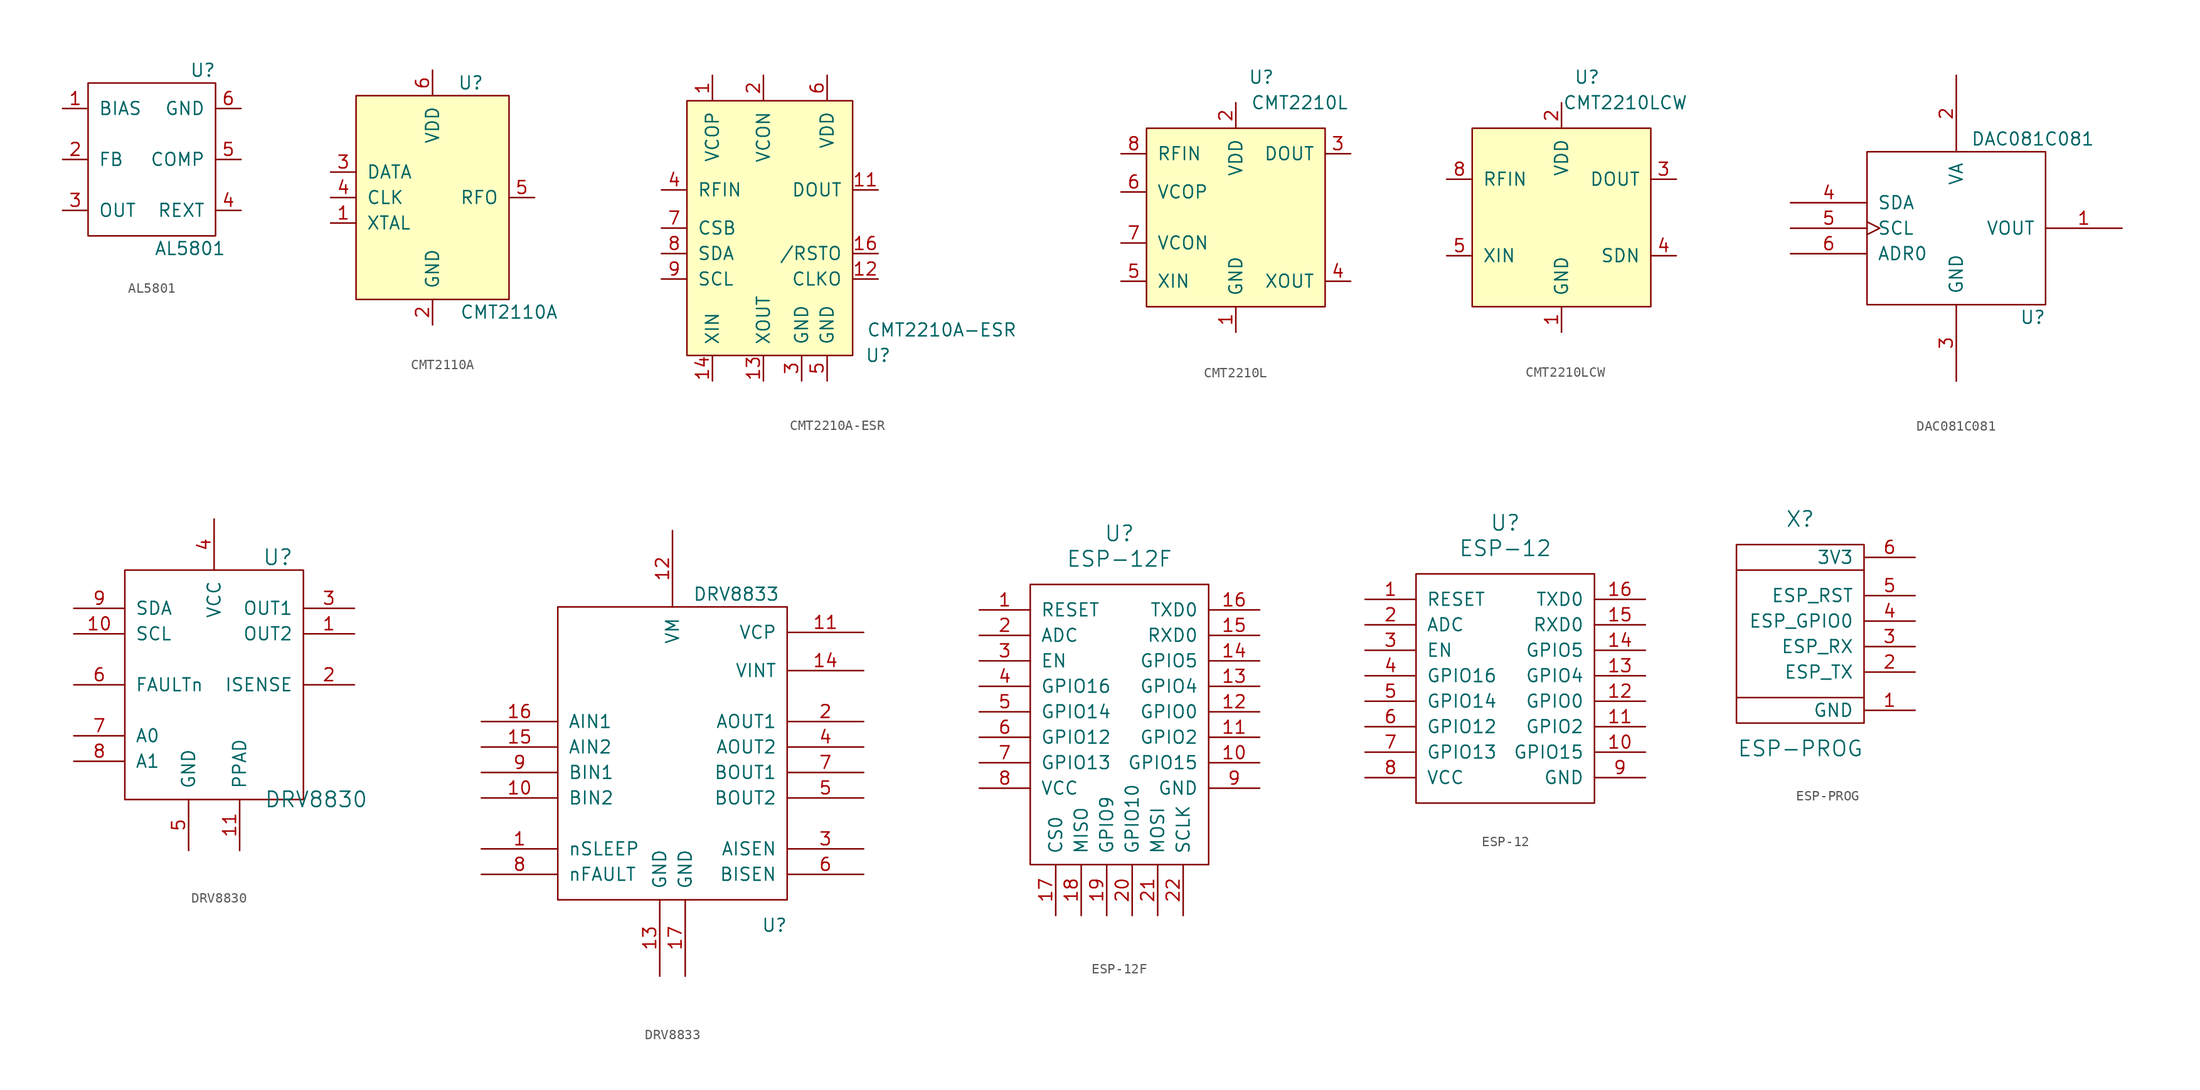
<source format=kicad_sym>
(kicad_symbol_lib
  (version 20211014)
  (generator kicad_symbol_editor)
  (symbol "Drake:AL5801"
    (pin_names
      (offset 1.016))
    (property "Reference" "U"
      (at 5.08 8.89 0)
      (effects (font (size 1.27 1.27))))
    (property "Value" "AL5801"
      (at 3.81 -8.89 0)
      (effects (font (size 1.27 1.27))))
    (symbol "AL5801_0_1"
      (rectangle (start -6.35 7.62) (end 6.35 -7.62) (stroke (width 0) (type default) (color 0 0 0 0)) (fill (type none))))
    (symbol "AL5801_1_1"
      (pin bidirectional line (at -8.89 5.08 0) (length 2.54) (name "BIAS" (effects (font (size 1.27 1.27)))) (number "1" (effects (font (size 1.27 1.27)))))
      (pin bidirectional line (at -8.89 0 0) (length 2.54) (name "FB" (effects (font (size 1.27 1.27)))) (number "2" (effects (font (size 1.27 1.27)))))
      (pin power_out line (at -8.89 -5.08 0) (length 2.54) (name "OUT" (effects (font (size 1.27 1.27)))) (number "3" (effects (font (size 1.27 1.27)))))
      (pin bidirectional line (at 8.89 -5.08 180) (length 2.54) (name "REXT" (effects (font (size 1.27 1.27)))) (number "4" (effects (font (size 1.27 1.27)))))
      (pin bidirectional line (at 8.89 0 180) (length 2.54) (name "COMP" (effects (font (size 1.27 1.27)))) (number "5" (effects (font (size 1.27 1.27)))))
      (pin power_in line (at 8.89 5.08 180) (length 2.54) (name "GND" (effects (font (size 1.27 1.27)))) (number "6" (effects (font (size 1.27 1.27)))))))
  (symbol "Drake:CMT2110A"
    (pin_names
      (offset 1.016))
    (property "Reference" "U"
      (at 3.81 11.43 0)
      (effects (font (size 1.27 1.27))))
    (property "Value" "CMT2110A"
      (at 7.62 -11.43 0)
      (effects (font (size 1.27 1.27))))
    (symbol "CMT2110A_0_1"
      (rectangle (start -7.62 10.16) (end 7.62 -10.16) (stroke (width 0) (type default) (color 0 0 0 0)) (fill (type background))))
    (symbol "CMT2110A_1_1"
      (pin input line (at -10.16 -2.54 0) (length 2.54) (name "XTAL" (effects (font (size 1.27 1.27)))) (number "1" (effects (font (size 1.27 1.27)))))
      (pin power_in line (at 0 -12.7 90) (length 2.54) (name "GND" (effects (font (size 1.27 1.27)))) (number "2" (effects (font (size 1.27 1.27)))))
      (pin input line (at -10.16 2.54 0) (length 2.54) (name "DATA" (effects (font (size 1.27 1.27)))) (number "3" (effects (font (size 1.27 1.27)))))
      (pin input line (at -10.16 0 0) (length 2.54) (name "CLK" (effects (font (size 1.27 1.27)))) (number "4" (effects (font (size 1.27 1.27)))))
      (pin output line (at 10.16 0 180) (length 2.54) (name "RFO" (effects (font (size 1.27 1.27)))) (number "5" (effects (font (size 1.27 1.27)))))
      (pin power_in line (at 0 12.7 270) (length 2.54) (name "VDD" (effects (font (size 1.27 1.27)))) (number "6" (effects (font (size 1.27 1.27)))))))
  (symbol "Drake:CMT2210A-ESR"
    (pin_names
      (offset 1.016))
    (property "Reference" "U"
      (at 11.43 -12.7 0)
      (effects (font (size 1.27 1.27))))
    (property "Value" "CMT2210A-ESR"
      (at 17.78 -10.16 0)
      (effects (font (size 1.27 1.27))))
    (symbol "CMT2210A-ESR_0_1"
      (rectangle (start -7.62 12.7) (end 8.89 -12.7) (stroke (width 0) (type default) (color 0 0 0 0)) (fill (type background))))
    (symbol "CMT2210A-ESR_1_1"
      (pin bidirectional line (at -5.08 15.24 270) (length 2.54) (name "VCOP" (effects (font (size 1.27 1.27)))) (number "1" (effects (font (size 1.27 1.27)))))
      (pin output line (at 11.43 3.81 180) (length 2.54) (name "DOUT" (effects (font (size 1.27 1.27)))) (number "11" (effects (font (size 1.27 1.27)))))
      (pin output line (at 11.43 -5.08 180) (length 2.54) (name "CLKO" (effects (font (size 1.27 1.27)))) (number "12" (effects (font (size 1.27 1.27)))))
      (pin output line (at 0 -15.24 90) (length 2.54) (name "XOUT" (effects (font (size 1.27 1.27)))) (number "13" (effects (font (size 1.27 1.27)))))
      (pin input line (at -5.08 -15.24 90) (length 2.54) (name "XIN" (effects (font (size 1.27 1.27)))) (number "14" (effects (font (size 1.27 1.27)))))
      (pin output line (at 11.43 -2.54 180) (length 2.54) (name "/RSTO" (effects (font (size 1.27 1.27)))) (number "16" (effects (font (size 1.27 1.27)))))
      (pin bidirectional line (at 0 15.24 270) (length 2.54) (name "VCON" (effects (font (size 1.27 1.27)))) (number "2" (effects (font (size 1.27 1.27)))))
      (pin power_in line (at 3.81 -15.24 90) (length 2.54) (name "GND" (effects (font (size 1.27 1.27)))) (number "3" (effects (font (size 1.27 1.27)))))
      (pin input line (at -10.16 3.81 0) (length 2.54) (name "RFIN" (effects (font (size 1.27 1.27)))) (number "4" (effects (font (size 1.27 1.27)))))
      (pin power_in line (at 6.35 -15.24 90) (length 2.54) (name "GND" (effects (font (size 1.27 1.27)))) (number "5" (effects (font (size 1.27 1.27)))))
      (pin power_in line (at 6.35 15.24 270) (length 2.54) (name "VDD" (effects (font (size 1.27 1.27)))) (number "6" (effects (font (size 1.27 1.27)))))
      (pin input line (at -10.16 0 0) (length 2.54) (name "CSB" (effects (font (size 1.27 1.27)))) (number "7" (effects (font (size 1.27 1.27)))))
      (pin bidirectional line (at -10.16 -2.54 0) (length 2.54) (name "SDA" (effects (font (size 1.27 1.27)))) (number "8" (effects (font (size 1.27 1.27)))))
      (pin input line (at -10.16 -5.08 0) (length 2.54) (name "SCL" (effects (font (size 1.27 1.27)))) (number "9" (effects (font (size 1.27 1.27)))))))
  (symbol "Drake:CMT2210L"
    (pin_names
      (offset 1.016))
    (property "Reference" "U"
      (at 2.54 13.97 0)
      (effects (font (size 1.27 1.27))))
    (property "Value" "CMT2210L"
      (at 6.35 11.43 0)
      (effects (font (size 1.27 1.27))))
    (symbol "CMT2210L_0_1"
      (rectangle (start -8.89 8.89) (end 8.89 -8.89) (stroke (width 0) (type default) (color 0 0 0 0)) (fill (type background))))
    (symbol "CMT2210L_1_1"
      (pin power_in line (at 0 -11.43 90) (length 2.54) (name "GND" (effects (font (size 1.27 1.27)))) (number "1" (effects (font (size 1.27 1.27)))))
      (pin power_in line (at 0 11.43 270) (length 2.54) (name "VDD" (effects (font (size 1.27 1.27)))) (number "2" (effects (font (size 1.27 1.27)))))
      (pin output line (at 11.43 6.35 180) (length 2.54) (name "DOUT" (effects (font (size 1.27 1.27)))) (number "3" (effects (font (size 1.27 1.27)))))
      (pin output line (at 11.43 -6.35 180) (length 2.54) (name "XOUT" (effects (font (size 1.27 1.27)))) (number "4" (effects (font (size 1.27 1.27)))))
      (pin input line (at -11.43 -6.35 0) (length 2.54) (name "XIN" (effects (font (size 1.27 1.27)))) (number "5" (effects (font (size 1.27 1.27)))))
      (pin bidirectional line (at -11.43 2.54 0) (length 2.54) (name "VCOP" (effects (font (size 1.27 1.27)))) (number "6" (effects (font (size 1.27 1.27)))))
      (pin bidirectional line (at -11.43 -2.54 0) (length 2.54) (name "VCON" (effects (font (size 1.27 1.27)))) (number "7" (effects (font (size 1.27 1.27)))))
      (pin input line (at -11.43 6.35 0) (length 2.54) (name "RFIN" (effects (font (size 1.27 1.27)))) (number "8" (effects (font (size 1.27 1.27)))))))
  (symbol "Drake:CMT2210LCW"
    (pin_names
      (offset 1.016))
    (property "Reference" "U"
      (at 2.54 13.97 0)
      (effects (font (size 1.27 1.27))))
    (property "Value" "CMT2210LCW"
      (at 6.35 11.43 0)
      (effects (font (size 1.27 1.27))))
    (symbol "CMT2210LCW_0_1"
      (rectangle (start -8.89 8.89) (end 8.89 -8.89) (stroke (width 0) (type default) (color 0 0 0 0)) (fill (type background))))
    (symbol "CMT2210LCW_1_1"
      (pin power_in line (at 0 -11.43 90) (length 2.54) (name "GND" (effects (font (size 1.27 1.27)))) (number "1" (effects (font (size 1.27 1.27)))))
      (pin power_in line (at 0 11.43 270) (length 2.54) (name "VDD" (effects (font (size 1.27 1.27)))) (number "2" (effects (font (size 1.27 1.27)))))
      (pin output line (at 11.43 3.81 180) (length 2.54) (name "DOUT" (effects (font (size 1.27 1.27)))) (number "3" (effects (font (size 1.27 1.27)))))
      (pin output line (at 11.43 -3.81 180) (length 2.54) (name "SDN" (effects (font (size 1.27 1.27)))) (number "4" (effects (font (size 1.27 1.27)))))
      (pin input line (at -11.43 -3.81 0) (length 2.54) (name "XIN" (effects (font (size 1.27 1.27)))) (number "5" (effects (font (size 1.27 1.27)))))
      (pin input line (at -11.43 3.81 0) (length 2.54) (name "RFIN" (effects (font (size 1.27 1.27)))) (number "8" (effects (font (size 1.27 1.27)))))))
  (symbol "Drake:DAC081C081"
    (pin_names
      (offset 1.016))
    (property "Reference" "U"
      (at 7.62 -8.89 0)
      (effects (font (size 1.27 1.27))))
    (property "Value" "DAC081C081"
      (at 7.62 8.89 0)
      (effects (font (size 1.27 1.27))))
    (symbol "DAC081C081_1_0"
      (rectangle (start -8.89 -7.62) (end 8.89 7.62) (stroke (width 0) (type default) (color 0 0 0 0)) (fill (type none))))
    (symbol "DAC081C081_1_1"
      (pin output line (at 16.51 0 180) (length 7.62) (name "VOUT" (effects (font (size 1.27 1.27)))) (number "1" (effects (font (size 1.27 1.27)))))
      (pin power_in line (at 0 15.24 270) (length 7.62) (name "VA" (effects (font (size 1.27 1.27)))) (number "2" (effects (font (size 1.27 1.27)))))
      (pin power_in line (at 0 -15.24 90) (length 7.62) (name "GND" (effects (font (size 1.27 1.27)))) (number "3" (effects (font (size 1.27 1.27)))))
      (pin bidirectional line (at -16.51 2.54 0) (length 7.62) (name "SDA" (effects (font (size 1.27 1.27)))) (number "4" (effects (font (size 1.27 1.27)))))
      (pin input clock (at -16.51 0 0) (length 7.62) (name "SCL" (effects (font (size 1.27 1.27)))) (number "5" (effects (font (size 1.27 1.27)))))
      (pin input line (at -16.51 -2.54 0) (length 7.62) (name "ADR0" (effects (font (size 1.27 1.27)))) (number "6" (effects (font (size 1.27 1.27)))))))
  (symbol "Drake:DRV8830"
    (pin_names
      (offset 1.016))
    (property "Reference" "U"
      (at 6.35 11.43 0)
      (effects (font (size 1.524 1.524))))
    (property "Value" "DRV8830"
      (at 10.16 -12.7 0)
      (effects (font (size 1.524 1.524))))
    (symbol "DRV8830_0_1"
      (rectangle (start -8.89 10.16) (end 8.89 -12.7) (stroke (width 0) (type default) (color 0 0 0 0)) (fill (type none))))
    (symbol "DRV8830_1_1"
      (pin output line (at 13.97 3.81 180) (length 5.08) (name "OUT2" (effects (font (size 1.27 1.27)))) (number "1" (effects (font (size 1.27 1.27)))))
      (pin input line (at -13.97 3.81 0) (length 5.08) (name "SCL" (effects (font (size 1.27 1.27)))) (number "10" (effects (font (size 1.27 1.27)))))
      (pin power_in line (at 2.54 -17.78 90) (length 5.08) (name "PPAD" (effects (font (size 1.27 1.27)))) (number "11" (effects (font (size 1.27 1.27)))))
      (pin passive line (at 13.97 -1.27 180) (length 5.08) (name "ISENSE" (effects (font (size 1.27 1.27)))) (number "2" (effects (font (size 1.27 1.27)))))
      (pin output line (at 13.97 6.35 180) (length 5.08) (name "OUT1" (effects (font (size 1.27 1.27)))) (number "3" (effects (font (size 1.27 1.27)))))
      (pin power_in line (at 0 15.24 270) (length 5.08) (name "VCC" (effects (font (size 1.27 1.27)))) (number "4" (effects (font (size 1.27 1.27)))))
      (pin power_in line (at -2.54 -17.78 90) (length 5.08) (name "GND" (effects (font (size 1.27 1.27)))) (number "5" (effects (font (size 1.27 1.27)))))
      (pin open_collector line (at -13.97 -1.27 0) (length 5.08) (name "FAULTn" (effects (font (size 1.27 1.27)))) (number "6" (effects (font (size 1.27 1.27)))))
      (pin passive line (at -13.97 -6.35 0) (length 5.08) (name "A0" (effects (font (size 1.27 1.27)))) (number "7" (effects (font (size 1.27 1.27)))))
      (pin passive line (at -13.97 -8.89 0) (length 5.08) (name "A1" (effects (font (size 1.27 1.27)))) (number "8" (effects (font (size 1.27 1.27)))))
      (pin bidirectional line (at -13.97 6.35 0) (length 5.08) (name "SDA" (effects (font (size 1.27 1.27)))) (number "9" (effects (font (size 1.27 1.27)))))))
  (symbol "Drake:DRV8833"
    (pin_names
      (offset 1.016))
    (property "Reference" "U"
      (at 10.16 -16.51 0)
      (effects (font (size 1.27 1.27))))
    (property "Value" "DRV8833"
      (at 6.35 16.51 0)
      (effects (font (size 1.27 1.27))))
    (symbol "DRV8833_1_0"
      (rectangle (start -11.43 -13.97) (end 11.43 15.24) (stroke (width 0) (type default) (color 0 0 0 0)) (fill (type none))))
    (symbol "DRV8833_1_1"
      (pin input line (at -19.05 -8.89 0) (length 7.62) (name "nSLEEP" (effects (font (size 1.27 1.27)))) (number "1" (effects (font (size 1.27 1.27)))))
      (pin input line (at -19.05 -3.81 0) (length 7.62) (name "BIN2" (effects (font (size 1.27 1.27)))) (number "10" (effects (font (size 1.27 1.27)))))
      (pin bidirectional line (at 19.05 12.7 180) (length 7.62) (name "VCP" (effects (font (size 1.27 1.27)))) (number "11" (effects (font (size 1.27 1.27)))))
      (pin bidirectional line (at 0 22.86 270) (length 7.62) (name "VM" (effects (font (size 1.27 1.27)))) (number "12" (effects (font (size 1.27 1.27)))))
      (pin power_in line (at -1.27 -21.59 90) (length 7.62) (name "GND" (effects (font (size 1.27 1.27)))) (number "13" (effects (font (size 1.27 1.27)))))
      (pin bidirectional line (at 19.05 8.89 180) (length 7.62) (name "VINT" (effects (font (size 1.27 1.27)))) (number "14" (effects (font (size 1.27 1.27)))))
      (pin input line (at -19.05 1.27 0) (length 7.62) (name "AIN2" (effects (font (size 1.27 1.27)))) (number "15" (effects (font (size 1.27 1.27)))))
      (pin input line (at -19.05 3.81 0) (length 7.62) (name "AIN1" (effects (font (size 1.27 1.27)))) (number "16" (effects (font (size 1.27 1.27)))))
      (pin power_in line (at 1.27 -21.59 90) (length 7.62) (name "GND" (effects (font (size 1.27 1.27)))) (number "17" (effects (font (size 1.27 1.27)))))
      (pin output line (at 19.05 3.81 180) (length 7.62) (name "AOUT1" (effects (font (size 1.27 1.27)))) (number "2" (effects (font (size 1.27 1.27)))))
      (pin input line (at 19.05 -8.89 180) (length 7.62) (name "AISEN" (effects (font (size 1.27 1.27)))) (number "3" (effects (font (size 1.27 1.27)))))
      (pin output line (at 19.05 1.27 180) (length 7.62) (name "AOUT2" (effects (font (size 1.27 1.27)))) (number "4" (effects (font (size 1.27 1.27)))))
      (pin output line (at 19.05 -3.81 180) (length 7.62) (name "BOUT2" (effects (font (size 1.27 1.27)))) (number "5" (effects (font (size 1.27 1.27)))))
      (pin input line (at 19.05 -11.43 180) (length 7.62) (name "BISEN" (effects (font (size 1.27 1.27)))) (number "6" (effects (font (size 1.27 1.27)))))
      (pin output line (at 19.05 -1.27 180) (length 7.62) (name "BOUT1" (effects (font (size 1.27 1.27)))) (number "7" (effects (font (size 1.27 1.27)))))
      (pin output line (at -19.05 -11.43 0) (length 7.62) (name "nFAULT" (effects (font (size 1.27 1.27)))) (number "8" (effects (font (size 1.27 1.27)))))
      (pin input line (at -19.05 -1.27 0) (length 7.62) (name "BIN1" (effects (font (size 1.27 1.27)))) (number "9" (effects (font (size 1.27 1.27)))))))
  (symbol "Drake:ESP-12F"
    (pin_names
      (offset 1.016))
    (property "Reference" "U"
      (at 0 24.13 0)
      (effects (font (size 1.524 1.524))))
    (property "Value" "ESP-12F"
      (at 0 21.59 0)
      (effects (font (size 1.524 1.524))))
    (symbol "ESP-12F_0_1"
      (rectangle (start -8.89 19.05) (end 8.89 -8.89) (stroke (width 0) (type default) (color 0 0 0 0)) (fill (type none))))
    (symbol "ESP-12F_1_1"
      (pin input line (at -13.97 16.51 0) (length 5.08) (name "RESET" (effects (font (size 1.27 1.27)))) (number "1" (effects (font (size 1.27 1.27)))))
      (pin input line (at 13.97 1.27 180) (length 5.08) (name "GPIO15" (effects (font (size 1.27 1.27)))) (number "10" (effects (font (size 1.27 1.27)))))
      (pin input line (at 13.97 3.81 180) (length 5.08) (name "GPIO2" (effects (font (size 1.27 1.27)))) (number "11" (effects (font (size 1.27 1.27)))))
      (pin input line (at 13.97 6.35 180) (length 5.08) (name "GPIO0" (effects (font (size 1.27 1.27)))) (number "12" (effects (font (size 1.27 1.27)))))
      (pin input line (at 13.97 8.89 180) (length 5.08) (name "GPIO4" (effects (font (size 1.27 1.27)))) (number "13" (effects (font (size 1.27 1.27)))))
      (pin input line (at 13.97 11.43 180) (length 5.08) (name "GPIO5" (effects (font (size 1.27 1.27)))) (number "14" (effects (font (size 1.27 1.27)))))
      (pin input line (at 13.97 13.97 180) (length 5.08) (name "RXD0" (effects (font (size 1.27 1.27)))) (number "15" (effects (font (size 1.27 1.27)))))
      (pin input line (at 13.97 16.51 180) (length 5.08) (name "TXD0" (effects (font (size 1.27 1.27)))) (number "16" (effects (font (size 1.27 1.27)))))
      (pin input line (at -6.35 -13.97 90) (length 5.08) (name "CS0" (effects (font (size 1.27 1.27)))) (number "17" (effects (font (size 1.27 1.27)))))
      (pin input line (at -3.81 -13.97 90) (length 5.08) (name "MISO" (effects (font (size 1.27 1.27)))) (number "18" (effects (font (size 1.27 1.27)))))
      (pin input line (at -1.27 -13.97 90) (length 5.08) (name "GPIO9" (effects (font (size 1.27 1.27)))) (number "19" (effects (font (size 1.27 1.27)))))
      (pin input line (at -13.97 13.97 0) (length 5.08) (name "ADC" (effects (font (size 1.27 1.27)))) (number "2" (effects (font (size 1.27 1.27)))))
      (pin input line (at 1.27 -13.97 90) (length 5.08) (name "GPIO10" (effects (font (size 1.27 1.27)))) (number "20" (effects (font (size 1.27 1.27)))))
      (pin input line (at 3.81 -13.97 90) (length 5.08) (name "MOSI" (effects (font (size 1.27 1.27)))) (number "21" (effects (font (size 1.27 1.27)))))
      (pin input line (at 6.35 -13.97 90) (length 5.08) (name "SCLK" (effects (font (size 1.27 1.27)))) (number "22" (effects (font (size 1.27 1.27)))))
      (pin input line (at -13.97 11.43 0) (length 5.08) (name "EN" (effects (font (size 1.27 1.27)))) (number "3" (effects (font (size 1.27 1.27)))))
      (pin input line (at -13.97 8.89 0) (length 5.08) (name "GPIO16" (effects (font (size 1.27 1.27)))) (number "4" (effects (font (size 1.27 1.27)))))
      (pin input line (at -13.97 6.35 0) (length 5.08) (name "GPIO14" (effects (font (size 1.27 1.27)))) (number "5" (effects (font (size 1.27 1.27)))))
      (pin input line (at -13.97 3.81 0) (length 5.08) (name "GPIO12" (effects (font (size 1.27 1.27)))) (number "6" (effects (font (size 1.27 1.27)))))
      (pin input line (at -13.97 1.27 0) (length 5.08) (name "GPIO13" (effects (font (size 1.27 1.27)))) (number "7" (effects (font (size 1.27 1.27)))))
      (pin input line (at -13.97 -1.27 0) (length 5.08) (name "VCC" (effects (font (size 1.27 1.27)))) (number "8" (effects (font (size 1.27 1.27)))))
      (pin input line (at 13.97 -1.27 180) (length 5.08) (name "GND" (effects (font (size 1.27 1.27)))) (number "9" (effects (font (size 1.27 1.27)))))))
  (symbol "Drake:ESP-12"
    (pin_names
      (offset 1.016))
    (property "Reference" "U"
      (at 0 24.13 0)
      (effects (font (size 1.524 1.524))))
    (property "Value" "ESP-12"
      (at 0 21.59 0)
      (effects (font (size 1.524 1.524))))
    (symbol "ESP-12_0_1"
      (rectangle (start -8.89 19.05) (end 8.89 -3.81) (stroke (width 0) (type default) (color 0 0 0 0)) (fill (type none))))
    (symbol "ESP-12_1_1"
      (pin input line (at -13.97 16.51 0) (length 5.08) (name "RESET" (effects (font (size 1.27 1.27)))) (number "1" (effects (font (size 1.27 1.27)))))
      (pin input line (at 13.97 1.27 180) (length 5.08) (name "GPIO15" (effects (font (size 1.27 1.27)))) (number "10" (effects (font (size 1.27 1.27)))))
      (pin input line (at 13.97 3.81 180) (length 5.08) (name "GPIO2" (effects (font (size 1.27 1.27)))) (number "11" (effects (font (size 1.27 1.27)))))
      (pin input line (at 13.97 6.35 180) (length 5.08) (name "GPIO0" (effects (font (size 1.27 1.27)))) (number "12" (effects (font (size 1.27 1.27)))))
      (pin input line (at 13.97 8.89 180) (length 5.08) (name "GPIO4" (effects (font (size 1.27 1.27)))) (number "13" (effects (font (size 1.27 1.27)))))
      (pin input line (at 13.97 11.43 180) (length 5.08) (name "GPIO5" (effects (font (size 1.27 1.27)))) (number "14" (effects (font (size 1.27 1.27)))))
      (pin input line (at 13.97 13.97 180) (length 5.08) (name "RXD0" (effects (font (size 1.27 1.27)))) (number "15" (effects (font (size 1.27 1.27)))))
      (pin input line (at 13.97 16.51 180) (length 5.08) (name "TXD0" (effects (font (size 1.27 1.27)))) (number "16" (effects (font (size 1.27 1.27)))))
      (pin input line (at -13.97 13.97 0) (length 5.08) (name "ADC" (effects (font (size 1.27 1.27)))) (number "2" (effects (font (size 1.27 1.27)))))
      (pin input line (at -13.97 11.43 0) (length 5.08) (name "EN" (effects (font (size 1.27 1.27)))) (number "3" (effects (font (size 1.27 1.27)))))
      (pin input line (at -13.97 8.89 0) (length 5.08) (name "GPIO16" (effects (font (size 1.27 1.27)))) (number "4" (effects (font (size 1.27 1.27)))))
      (pin input line (at -13.97 6.35 0) (length 5.08) (name "GPIO14" (effects (font (size 1.27 1.27)))) (number "5" (effects (font (size 1.27 1.27)))))
      (pin input line (at -13.97 3.81 0) (length 5.08) (name "GPIO12" (effects (font (size 1.27 1.27)))) (number "6" (effects (font (size 1.27 1.27)))))
      (pin input line (at -13.97 1.27 0) (length 5.08) (name "GPIO13" (effects (font (size 1.27 1.27)))) (number "7" (effects (font (size 1.27 1.27)))))
      (pin input line (at -13.97 -1.27 0) (length 5.08) (name "VCC" (effects (font (size 1.27 1.27)))) (number "8" (effects (font (size 1.27 1.27)))))
      (pin input line (at 13.97 -1.27 180) (length 5.08) (name "GND" (effects (font (size 1.27 1.27)))) (number "9" (effects (font (size 1.27 1.27)))))))
  (symbol "Drake:ESP-PROG"
    (pin_names
      (offset 1.016))
    (property "Reference" "X"
      (at 0 11.43 0)
      (effects (font (size 1.524 1.524))))
    (property "Value" "ESP-PROG"
      (at 0 -11.43 0)
      (effects (font (size 1.524 1.524))))
    (symbol "ESP-PROG_0_1"
      (polyline (pts (xy 6.35 -6.35) (xy -6.35 -6.35)) (stroke (width 0) (type default) (color 0 0 0 0)) (fill (type none)))
      (polyline (pts (xy 6.35 6.35) (xy -6.35 6.35)) (stroke (width 0) (type default) (color 0 0 0 0)) (fill (type none)))
      (rectangle (start 6.35 8.89) (end -6.35 -8.89) (stroke (width 0) (type default) (color 0 0 0 0)) (fill (type none))))
    (symbol "ESP-PROG_1_1"
      (pin passive line (at 11.43 -7.62 180) (length 5.08) (name "GND" (effects (font (size 1.27 1.27)))) (number "1" (effects (font (size 1.27 1.27)))))
      (pin bidirectional line (at 11.43 -3.81 180) (length 5.08) (name "ESP_TX" (effects (font (size 1.27 1.27)))) (number "2" (effects (font (size 1.27 1.27)))))
      (pin bidirectional line (at 11.43 -1.27 180) (length 5.08) (name "ESP_RX" (effects (font (size 1.27 1.27)))) (number "3" (effects (font (size 1.27 1.27)))))
      (pin bidirectional line (at 11.43 1.27 180) (length 5.08) (name "ESP_GPIO0" (effects (font (size 1.27 1.27)))) (number "4" (effects (font (size 1.27 1.27)))))
      (pin bidirectional line (at 11.43 3.81 180) (length 5.08) (name "ESP_RST" (effects (font (size 1.27 1.27)))) (number "5" (effects (font (size 1.27 1.27)))))
      (pin bidirectional line (at 11.43 7.62 180) (length 5.08) (name "3V3" (effects (font (size 1.27 1.27)))) (number "6" (effects (font (size 1.27 1.27))))))))
</source>
